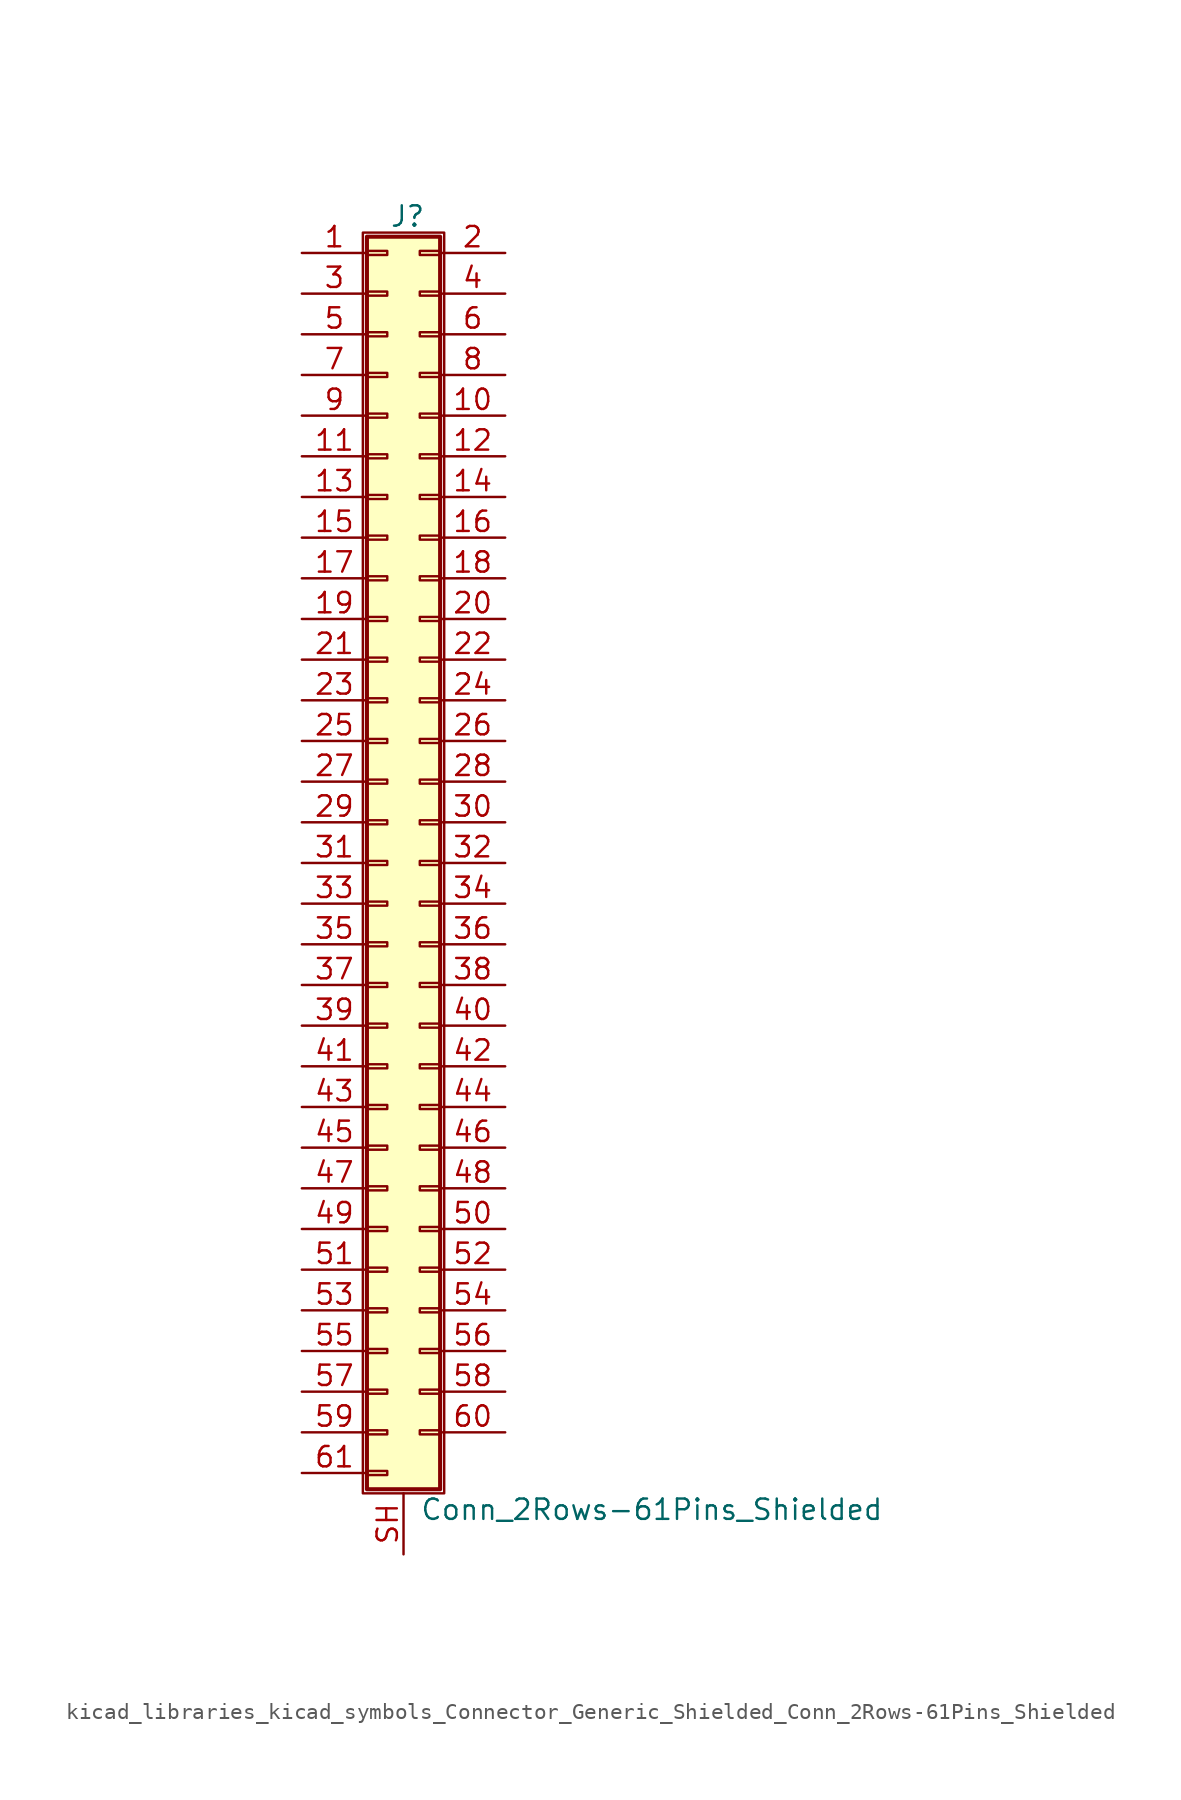
<source format=kicad_sym>
(kicad_symbol_lib
  (version 20220914)
  (generator kicad_symbol_editor)
  (symbol "kicad_libraries_kicad_symbols_Connector_Generic_Shielded_Conn_2Rows-61Pins_Shielded"
    (pin_names
      (offset 1.016) hide)
    (property "Reference" "J"
      (at 1.524 40.386 0)
      (effects (font (size 1.27 1.27))))
    (property "Value" "Conn_2Rows-61Pins_Shielded"
      (at 2.286 -40.386 0)
      (effects (font (size 1.27 1.27)) (justify left)))
    (symbol "kicad_libraries_kicad_symbols_Connector_Generic_Shielded_Conn_2Rows-61Pins_Shielded_1_1"
      (rectangle (start -1.27 39.37) (end 3.81 -39.37) (stroke (width 0.152) (type default)) (fill (type none)))
      (rectangle (start -1.016 -37.973) (end 0.254 -38.227) (stroke (width 0.152) (type default)) (fill (type none)))
      (rectangle (start -1.016 -35.433) (end 0.254 -35.687) (stroke (width 0.152) (type default)) (fill (type none)))
      (rectangle (start -1.016 -32.893) (end 0.254 -33.147) (stroke (width 0.152) (type default)) (fill (type none)))
      (rectangle (start -1.016 -30.353) (end 0.254 -30.607) (stroke (width 0.152) (type default)) (fill (type none)))
      (rectangle (start -1.016 -27.813) (end 0.254 -28.067) (stroke (width 0.152) (type default)) (fill (type none)))
      (rectangle (start -1.016 -25.273) (end 0.254 -25.527) (stroke (width 0.152) (type default)) (fill (type none)))
      (rectangle (start -1.016 -22.733) (end 0.254 -22.987) (stroke (width 0.152) (type default)) (fill (type none)))
      (rectangle (start -1.016 -20.193) (end 0.254 -20.447) (stroke (width 0.152) (type default)) (fill (type none)))
      (rectangle (start -1.016 -17.653) (end 0.254 -17.907) (stroke (width 0.152) (type default)) (fill (type none)))
      (rectangle (start -1.016 -15.113) (end 0.254 -15.367) (stroke (width 0.152) (type default)) (fill (type none)))
      (rectangle (start -1.016 -12.573) (end 0.254 -12.827) (stroke (width 0.152) (type default)) (fill (type none)))
      (rectangle (start -1.016 -10.033) (end 0.254 -10.287) (stroke (width 0.152) (type default)) (fill (type none)))
      (rectangle (start -1.016 -7.493) (end 0.254 -7.747) (stroke (width 0.152) (type default)) (fill (type none)))
      (rectangle (start -1.016 -4.953) (end 0.254 -5.207) (stroke (width 0.152) (type default)) (fill (type none)))
      (rectangle (start -1.016 -2.413) (end 0.254 -2.667) (stroke (width 0.152) (type default)) (fill (type none)))
      (rectangle (start -1.016 0.127) (end 0.254 -0.127) (stroke (width 0.152) (type default)) (fill (type none)))
      (rectangle (start -1.016 2.667) (end 0.254 2.413) (stroke (width 0.152) (type default)) (fill (type none)))
      (rectangle (start -1.016 5.207) (end 0.254 4.953) (stroke (width 0.152) (type default)) (fill (type none)))
      (rectangle (start -1.016 7.747) (end 0.254 7.493) (stroke (width 0.152) (type default)) (fill (type none)))
      (rectangle (start -1.016 10.287) (end 0.254 10.033) (stroke (width 0.152) (type default)) (fill (type none)))
      (rectangle (start -1.016 12.827) (end 0.254 12.573) (stroke (width 0.152) (type default)) (fill (type none)))
      (rectangle (start -1.016 15.367) (end 0.254 15.113) (stroke (width 0.152) (type default)) (fill (type none)))
      (rectangle (start -1.016 17.907) (end 0.254 17.653) (stroke (width 0.152) (type default)) (fill (type none)))
      (rectangle (start -1.016 20.447) (end 0.254 20.193) (stroke (width 0.152) (type default)) (fill (type none)))
      (rectangle (start -1.016 22.987) (end 0.254 22.733) (stroke (width 0.152) (type default)) (fill (type none)))
      (rectangle (start -1.016 25.527) (end 0.254 25.273) (stroke (width 0.152) (type default)) (fill (type none)))
      (rectangle (start -1.016 28.067) (end 0.254 27.813) (stroke (width 0.152) (type default)) (fill (type none)))
      (rectangle (start -1.016 30.607) (end 0.254 30.353) (stroke (width 0.152) (type default)) (fill (type none)))
      (rectangle (start -1.016 33.147) (end 0.254 32.893) (stroke (width 0.152) (type default)) (fill (type none)))
      (rectangle (start -1.016 35.687) (end 0.254 35.433) (stroke (width 0.152) (type default)) (fill (type none)))
      (rectangle (start -1.016 38.227) (end 0.254 37.973) (stroke (width 0.152) (type default)) (fill (type none)))
      (rectangle (start -1.016 39.116) (end 3.556 -39.116) (stroke (width 0.254) (type default)) (fill (type background)))
      (rectangle (start 3.556 -35.433) (end 2.286 -35.687) (stroke (width 0.152) (type default)) (fill (type none)))
      (rectangle (start 3.556 -32.893) (end 2.286 -33.147) (stroke (width 0.152) (type default)) (fill (type none)))
      (rectangle (start 3.556 -30.353) (end 2.286 -30.607) (stroke (width 0.152) (type default)) (fill (type none)))
      (rectangle (start 3.556 -27.813) (end 2.286 -28.067) (stroke (width 0.152) (type default)) (fill (type none)))
      (rectangle (start 3.556 -25.273) (end 2.286 -25.527) (stroke (width 0.152) (type default)) (fill (type none)))
      (rectangle (start 3.556 -22.733) (end 2.286 -22.987) (stroke (width 0.152) (type default)) (fill (type none)))
      (rectangle (start 3.556 -20.193) (end 2.286 -20.447) (stroke (width 0.152) (type default)) (fill (type none)))
      (rectangle (start 3.556 -17.653) (end 2.286 -17.907) (stroke (width 0.152) (type default)) (fill (type none)))
      (rectangle (start 3.556 -15.113) (end 2.286 -15.367) (stroke (width 0.152) (type default)) (fill (type none)))
      (rectangle (start 3.556 -12.573) (end 2.286 -12.827) (stroke (width 0.152) (type default)) (fill (type none)))
      (rectangle (start 3.556 -10.033) (end 2.286 -10.287) (stroke (width 0.152) (type default)) (fill (type none)))
      (rectangle (start 3.556 -7.493) (end 2.286 -7.747) (stroke (width 0.152) (type default)) (fill (type none)))
      (rectangle (start 3.556 -4.953) (end 2.286 -5.207) (stroke (width 0.152) (type default)) (fill (type none)))
      (rectangle (start 3.556 -2.413) (end 2.286 -2.667) (stroke (width 0.152) (type default)) (fill (type none)))
      (rectangle (start 3.556 0.127) (end 2.286 -0.127) (stroke (width 0.152) (type default)) (fill (type none)))
      (rectangle (start 3.556 2.667) (end 2.286 2.413) (stroke (width 0.152) (type default)) (fill (type none)))
      (rectangle (start 3.556 5.207) (end 2.286 4.953) (stroke (width 0.152) (type default)) (fill (type none)))
      (rectangle (start 3.556 7.747) (end 2.286 7.493) (stroke (width 0.152) (type default)) (fill (type none)))
      (rectangle (start 3.556 10.287) (end 2.286 10.033) (stroke (width 0.152) (type default)) (fill (type none)))
      (rectangle (start 3.556 12.827) (end 2.286 12.573) (stroke (width 0.152) (type default)) (fill (type none)))
      (rectangle (start 3.556 15.367) (end 2.286 15.113) (stroke (width 0.152) (type default)) (fill (type none)))
      (rectangle (start 3.556 17.907) (end 2.286 17.653) (stroke (width 0.152) (type default)) (fill (type none)))
      (rectangle (start 3.556 20.447) (end 2.286 20.193) (stroke (width 0.152) (type default)) (fill (type none)))
      (rectangle (start 3.556 22.987) (end 2.286 22.733) (stroke (width 0.152) (type default)) (fill (type none)))
      (rectangle (start 3.556 25.527) (end 2.286 25.273) (stroke (width 0.152) (type default)) (fill (type none)))
      (rectangle (start 3.556 28.067) (end 2.286 27.813) (stroke (width 0.152) (type default)) (fill (type none)))
      (rectangle (start 3.556 30.607) (end 2.286 30.353) (stroke (width 0.152) (type default)) (fill (type none)))
      (rectangle (start 3.556 33.147) (end 2.286 32.893) (stroke (width 0.152) (type default)) (fill (type none)))
      (rectangle (start 3.556 35.687) (end 2.286 35.433) (stroke (width 0.152) (type default)) (fill (type none)))
      (rectangle (start 3.556 38.227) (end 2.286 37.973) (stroke (width 0.152) (type default)) (fill (type none)))
      (pin passive line (at -5.08 38.1 0) (length 4.064) (name "Pin_1" (effects (font (size 1.27 1.27)))) (number "1" (effects (font (size 1.27 1.27)))))
      (pin passive line (at 7.62 27.94 180) (length 4.064) (name "Pin_10" (effects (font (size 1.27 1.27)))) (number "10" (effects (font (size 1.27 1.27)))))
      (pin passive line (at -5.08 25.4 0) (length 4.064) (name "Pin_11" (effects (font (size 1.27 1.27)))) (number "11" (effects (font (size 1.27 1.27)))))
      (pin passive line (at 7.62 25.4 180) (length 4.064) (name "Pin_12" (effects (font (size 1.27 1.27)))) (number "12" (effects (font (size 1.27 1.27)))))
      (pin passive line (at -5.08 22.86 0) (length 4.064) (name "Pin_13" (effects (font (size 1.27 1.27)))) (number "13" (effects (font (size 1.27 1.27)))))
      (pin passive line (at 7.62 22.86 180) (length 4.064) (name "Pin_14" (effects (font (size 1.27 1.27)))) (number "14" (effects (font (size 1.27 1.27)))))
      (pin passive line (at -5.08 20.32 0) (length 4.064) (name "Pin_15" (effects (font (size 1.27 1.27)))) (number "15" (effects (font (size 1.27 1.27)))))
      (pin passive line (at 7.62 20.32 180) (length 4.064) (name "Pin_16" (effects (font (size 1.27 1.27)))) (number "16" (effects (font (size 1.27 1.27)))))
      (pin passive line (at -5.08 17.78 0) (length 4.064) (name "Pin_17" (effects (font (size 1.27 1.27)))) (number "17" (effects (font (size 1.27 1.27)))))
      (pin passive line (at 7.62 17.78 180) (length 4.064) (name "Pin_18" (effects (font (size 1.27 1.27)))) (number "18" (effects (font (size 1.27 1.27)))))
      (pin passive line (at -5.08 15.24 0) (length 4.064) (name "Pin_19" (effects (font (size 1.27 1.27)))) (number "19" (effects (font (size 1.27 1.27)))))
      (pin passive line (at 7.62 38.1 180) (length 4.064) (name "Pin_2" (effects (font (size 1.27 1.27)))) (number "2" (effects (font (size 1.27 1.27)))))
      (pin passive line (at 7.62 15.24 180) (length 4.064) (name "Pin_20" (effects (font (size 1.27 1.27)))) (number "20" (effects (font (size 1.27 1.27)))))
      (pin passive line (at -5.08 12.7 0) (length 4.064) (name "Pin_21" (effects (font (size 1.27 1.27)))) (number "21" (effects (font (size 1.27 1.27)))))
      (pin passive line (at 7.62 12.7 180) (length 4.064) (name "Pin_22" (effects (font (size 1.27 1.27)))) (number "22" (effects (font (size 1.27 1.27)))))
      (pin passive line (at -5.08 10.16 0) (length 4.064) (name "Pin_23" (effects (font (size 1.27 1.27)))) (number "23" (effects (font (size 1.27 1.27)))))
      (pin passive line (at 7.62 10.16 180) (length 4.064) (name "Pin_24" (effects (font (size 1.27 1.27)))) (number "24" (effects (font (size 1.27 1.27)))))
      (pin passive line (at -5.08 7.62 0) (length 4.064) (name "Pin_25" (effects (font (size 1.27 1.27)))) (number "25" (effects (font (size 1.27 1.27)))))
      (pin passive line (at 7.62 7.62 180) (length 4.064) (name "Pin_26" (effects (font (size 1.27 1.27)))) (number "26" (effects (font (size 1.27 1.27)))))
      (pin passive line (at -5.08 5.08 0) (length 4.064) (name "Pin_27" (effects (font (size 1.27 1.27)))) (number "27" (effects (font (size 1.27 1.27)))))
      (pin passive line (at 7.62 5.08 180) (length 4.064) (name "Pin_28" (effects (font (size 1.27 1.27)))) (number "28" (effects (font (size 1.27 1.27)))))
      (pin passive line (at -5.08 2.54 0) (length 4.064) (name "Pin_29" (effects (font (size 1.27 1.27)))) (number "29" (effects (font (size 1.27 1.27)))))
      (pin passive line (at -5.08 35.56 0) (length 4.064) (name "Pin_3" (effects (font (size 1.27 1.27)))) (number "3" (effects (font (size 1.27 1.27)))))
      (pin passive line (at 7.62 2.54 180) (length 4.064) (name "Pin_30" (effects (font (size 1.27 1.27)))) (number "30" (effects (font (size 1.27 1.27)))))
      (pin passive line (at -5.08 0 0) (length 4.064) (name "Pin_31" (effects (font (size 1.27 1.27)))) (number "31" (effects (font (size 1.27 1.27)))))
      (pin passive line (at 7.62 0 180) (length 4.064) (name "Pin_32" (effects (font (size 1.27 1.27)))) (number "32" (effects (font (size 1.27 1.27)))))
      (pin passive line (at -5.08 -2.54 0) (length 4.064) (name "Pin_33" (effects (font (size 1.27 1.27)))) (number "33" (effects (font (size 1.27 1.27)))))
      (pin passive line (at 7.62 -2.54 180) (length 4.064) (name "Pin_34" (effects (font (size 1.27 1.27)))) (number "34" (effects (font (size 1.27 1.27)))))
      (pin passive line (at -5.08 -5.08 0) (length 4.064) (name "Pin_35" (effects (font (size 1.27 1.27)))) (number "35" (effects (font (size 1.27 1.27)))))
      (pin passive line (at 7.62 -5.08 180) (length 4.064) (name "Pin_36" (effects (font (size 1.27 1.27)))) (number "36" (effects (font (size 1.27 1.27)))))
      (pin passive line (at -5.08 -7.62 0) (length 4.064) (name "Pin_37" (effects (font (size 1.27 1.27)))) (number "37" (effects (font (size 1.27 1.27)))))
      (pin passive line (at 7.62 -7.62 180) (length 4.064) (name "Pin_38" (effects (font (size 1.27 1.27)))) (number "38" (effects (font (size 1.27 1.27)))))
      (pin passive line (at -5.08 -10.16 0) (length 4.064) (name "Pin_39" (effects (font (size 1.27 1.27)))) (number "39" (effects (font (size 1.27 1.27)))))
      (pin passive line (at 7.62 35.56 180) (length 4.064) (name "Pin_4" (effects (font (size 1.27 1.27)))) (number "4" (effects (font (size 1.27 1.27)))))
      (pin passive line (at 7.62 -10.16 180) (length 4.064) (name "Pin_40" (effects (font (size 1.27 1.27)))) (number "40" (effects (font (size 1.27 1.27)))))
      (pin passive line (at -5.08 -12.7 0) (length 4.064) (name "Pin_41" (effects (font (size 1.27 1.27)))) (number "41" (effects (font (size 1.27 1.27)))))
      (pin passive line (at 7.62 -12.7 180) (length 4.064) (name "Pin_42" (effects (font (size 1.27 1.27)))) (number "42" (effects (font (size 1.27 1.27)))))
      (pin passive line (at -5.08 -15.24 0) (length 4.064) (name "Pin_43" (effects (font (size 1.27 1.27)))) (number "43" (effects (font (size 1.27 1.27)))))
      (pin passive line (at 7.62 -15.24 180) (length 4.064) (name "Pin_44" (effects (font (size 1.27 1.27)))) (number "44" (effects (font (size 1.27 1.27)))))
      (pin passive line (at -5.08 -17.78 0) (length 4.064) (name "Pin_45" (effects (font (size 1.27 1.27)))) (number "45" (effects (font (size 1.27 1.27)))))
      (pin passive line (at 7.62 -17.78 180) (length 4.064) (name "Pin_46" (effects (font (size 1.27 1.27)))) (number "46" (effects (font (size 1.27 1.27)))))
      (pin passive line (at -5.08 -20.32 0) (length 4.064) (name "Pin_47" (effects (font (size 1.27 1.27)))) (number "47" (effects (font (size 1.27 1.27)))))
      (pin passive line (at 7.62 -20.32 180) (length 4.064) (name "Pin_48" (effects (font (size 1.27 1.27)))) (number "48" (effects (font (size 1.27 1.27)))))
      (pin passive line (at -5.08 -22.86 0) (length 4.064) (name "Pin_49" (effects (font (size 1.27 1.27)))) (number "49" (effects (font (size 1.27 1.27)))))
      (pin passive line (at -5.08 33.02 0) (length 4.064) (name "Pin_5" (effects (font (size 1.27 1.27)))) (number "5" (effects (font (size 1.27 1.27)))))
      (pin passive line (at 7.62 -22.86 180) (length 4.064) (name "Pin_50" (effects (font (size 1.27 1.27)))) (number "50" (effects (font (size 1.27 1.27)))))
      (pin passive line (at -5.08 -25.4 0) (length 4.064) (name "Pin_51" (effects (font (size 1.27 1.27)))) (number "51" (effects (font (size 1.27 1.27)))))
      (pin passive line (at 7.62 -25.4 180) (length 4.064) (name "Pin_52" (effects (font (size 1.27 1.27)))) (number "52" (effects (font (size 1.27 1.27)))))
      (pin passive line (at -5.08 -27.94 0) (length 4.064) (name "Pin_53" (effects (font (size 1.27 1.27)))) (number "53" (effects (font (size 1.27 1.27)))))
      (pin passive line (at 7.62 -27.94 180) (length 4.064) (name "Pin_54" (effects (font (size 1.27 1.27)))) (number "54" (effects (font (size 1.27 1.27)))))
      (pin passive line (at -5.08 -30.48 0) (length 4.064) (name "Pin_55" (effects (font (size 1.27 1.27)))) (number "55" (effects (font (size 1.27 1.27)))))
      (pin passive line (at 7.62 -30.48 180) (length 4.064) (name "Pin_56" (effects (font (size 1.27 1.27)))) (number "56" (effects (font (size 1.27 1.27)))))
      (pin passive line (at -5.08 -33.02 0) (length 4.064) (name "Pin_57" (effects (font (size 1.27 1.27)))) (number "57" (effects (font (size 1.27 1.27)))))
      (pin passive line (at 7.62 -33.02 180) (length 4.064) (name "Pin_58" (effects (font (size 1.27 1.27)))) (number "58" (effects (font (size 1.27 1.27)))))
      (pin passive line (at -5.08 -35.56 0) (length 4.064) (name "Pin_59" (effects (font (size 1.27 1.27)))) (number "59" (effects (font (size 1.27 1.27)))))
      (pin passive line (at 7.62 33.02 180) (length 4.064) (name "Pin_6" (effects (font (size 1.27 1.27)))) (number "6" (effects (font (size 1.27 1.27)))))
      (pin passive line (at 7.62 -35.56 180) (length 4.064) (name "Pin_60" (effects (font (size 1.27 1.27)))) (number "60" (effects (font (size 1.27 1.27)))))
      (pin passive line (at -5.08 -38.1 0) (length 4.064) (name "Pin_61" (effects (font (size 1.27 1.27)))) (number "61" (effects (font (size 1.27 1.27)))))
      (pin passive line (at -5.08 30.48 0) (length 4.064) (name "Pin_7" (effects (font (size 1.27 1.27)))) (number "7" (effects (font (size 1.27 1.27)))))
      (pin passive line (at 7.62 30.48 180) (length 4.064) (name "Pin_8" (effects (font (size 1.27 1.27)))) (number "8" (effects (font (size 1.27 1.27)))))
      (pin passive line (at -5.08 27.94 0) (length 4.064) (name "Pin_9" (effects (font (size 1.27 1.27)))) (number "9" (effects (font (size 1.27 1.27)))))
      (pin passive line (at 1.27 -43.18 90) (length 3.81) (name "Shield" (effects (font (size 1.27 1.27)))) (number "SH" (effects (font (size 1.27 1.27))))))))
</source>
